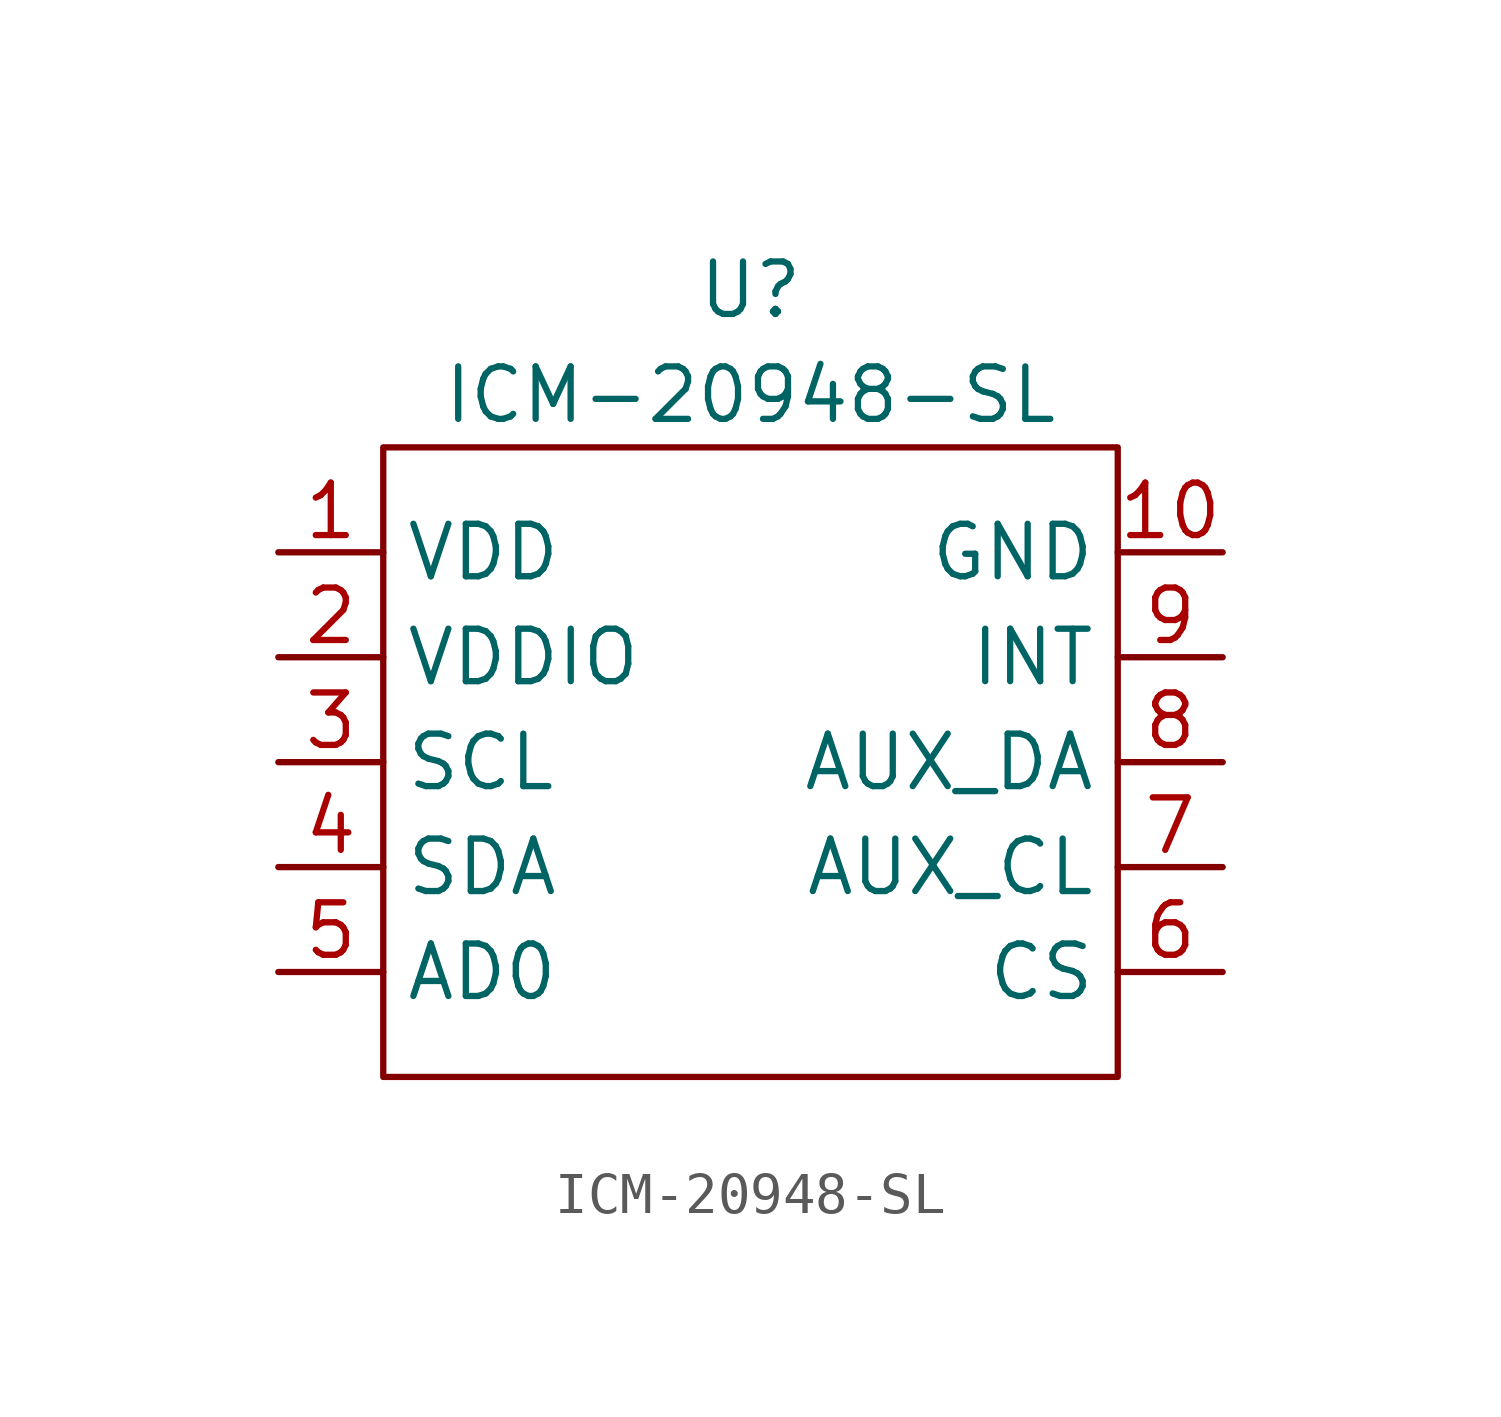
<source format=kicad_sym>
(kicad_symbol_lib
  (version 20211014)
  (generator kicad_symbol_editor)
  (symbol "ICM-20948-SL"
    (property "Reference" "U"
      (at 8.89 19.05 0)
      (effects (font (size 1.27 1.27))))
    (property "Value" "ICM-20948-SL"
      (at 8.89 16.51 0)
      (effects (font (size 1.27 1.27))))
    (symbol "ICM-20948-SL_0_1"
      (rectangle (start 0 15.24) (end 17.78 0) (stroke (width 0) (type default) (color 0 0 0 0)) (fill (type none))))
    (symbol "ICM-20948-SL_1_1"
      (pin input line (at -2.54 12.7 0) (length 2.54) (name "VDD" (effects (font (size 1.27 1.27)))) (number "1" (effects (font (size 1.27 1.27)))))
      (pin input line (at 20.32 12.7 180) (length 2.54) (name "GND" (effects (font (size 1.27 1.27)))) (number "10" (effects (font (size 1.27 1.27)))))
      (pin input line (at -2.54 10.16 0) (length 2.54) (name "VDDIO" (effects (font (size 1.27 1.27)))) (number "2" (effects (font (size 1.27 1.27)))))
      (pin input line (at -2.54 7.62 0) (length 2.54) (name "SCL" (effects (font (size 1.27 1.27)))) (number "3" (effects (font (size 1.27 1.27)))))
      (pin input line (at -2.54 5.08 0) (length 2.54) (name "SDA" (effects (font (size 1.27 1.27)))) (number "4" (effects (font (size 1.27 1.27)))))
      (pin input line (at -2.54 2.54 0) (length 2.54) (name "AD0" (effects (font (size 1.27 1.27)))) (number "5" (effects (font (size 1.27 1.27)))))
      (pin input line (at 20.32 2.54 180) (length 2.54) (name "CS" (effects (font (size 1.27 1.27)))) (number "6" (effects (font (size 1.27 1.27)))))
      (pin input line (at 20.32 5.08 180) (length 2.54) (name "AUX_CL" (effects (font (size 1.27 1.27)))) (number "7" (effects (font (size 1.27 1.27)))))
      (pin input line (at 20.32 7.62 180) (length 2.54) (name "AUX_DA" (effects (font (size 1.27 1.27)))) (number "8" (effects (font (size 1.27 1.27)))))
      (pin input line (at 20.32 10.16 180) (length 2.54) (name "INT" (effects (font (size 1.27 1.27)))) (number "9" (effects (font (size 1.27 1.27))))))))
</source>
